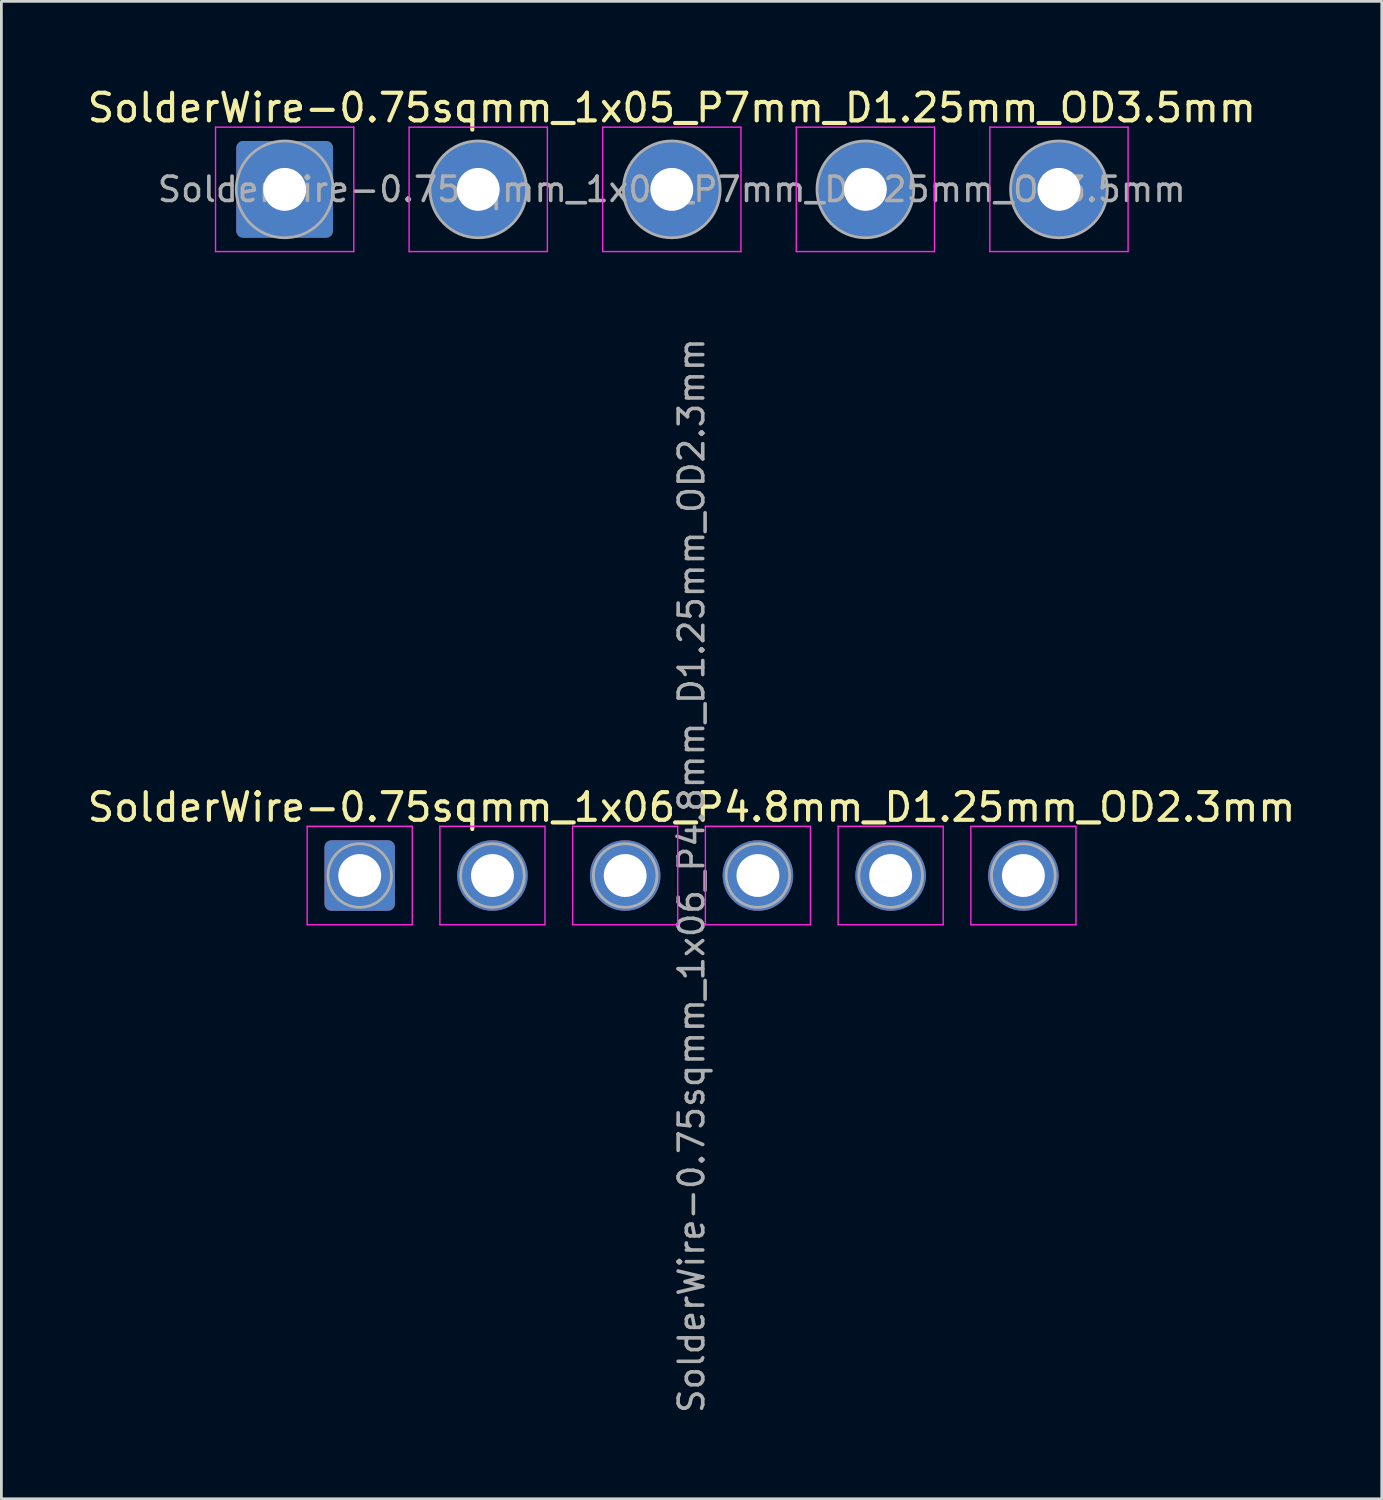
<source format=kicad_pcb>
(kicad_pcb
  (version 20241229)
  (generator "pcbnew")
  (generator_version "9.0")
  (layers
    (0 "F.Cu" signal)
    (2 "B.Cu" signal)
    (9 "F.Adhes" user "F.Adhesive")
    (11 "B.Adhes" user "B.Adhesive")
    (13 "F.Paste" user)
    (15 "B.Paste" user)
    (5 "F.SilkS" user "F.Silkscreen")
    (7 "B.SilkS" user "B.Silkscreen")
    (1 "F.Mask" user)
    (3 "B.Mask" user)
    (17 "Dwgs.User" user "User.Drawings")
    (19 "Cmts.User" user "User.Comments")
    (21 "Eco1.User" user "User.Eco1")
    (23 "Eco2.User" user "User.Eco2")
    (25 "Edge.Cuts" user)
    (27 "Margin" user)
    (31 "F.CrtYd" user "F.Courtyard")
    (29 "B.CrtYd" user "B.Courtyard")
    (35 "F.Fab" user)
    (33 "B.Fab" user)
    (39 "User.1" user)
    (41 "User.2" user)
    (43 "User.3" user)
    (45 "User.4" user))
  (footprint "SolderWire-0.75sqmm_1x06_P4.8mm_D1.25mm_OD2.3mm"
    (layer "F.Cu")
    (at 9.958 28.611)
    (property "Reference" "SolderWire-0.75sqmm_1x06_P4.8mm_D1.25mm_OD2.3mm" (at 12 -2.47 0) (layer "F.SilkS") (effects (font (size 1 1) (thickness 0.15))))
    (attr exclude_from_pos_files exclude_from_bom)
    (fp_line (start -1.9 -1.78) (end -1.9 1.78) (stroke (width 0.05) (type solid)) (layer "F.CrtYd"))
    (fp_line (start -1.9 1.78) (end 1.9 1.78) (stroke (width 0.05) (type solid)) (layer "F.CrtYd"))
    (fp_line (start 1.9 -1.78) (end -1.9 -1.78) (stroke (width 0.05) (type solid)) (layer "F.CrtYd"))
    (fp_line (start 1.9 1.78) (end 1.9 -1.78) (stroke (width 0.05) (type solid)) (layer "F.CrtYd"))
    (fp_line (start 2.9 -1.78) (end 2.9 1.78) (stroke (width 0.05) (type solid)) (layer "F.CrtYd"))
    (fp_line (start 2.9 1.78) (end 6.7 1.78) (stroke (width 0.05) (type solid)) (layer "F.CrtYd"))
    (fp_line (start 6.7 -1.78) (end 2.9 -1.78) (stroke (width 0.05) (type solid)) (layer "F.CrtYd"))
    (fp_line (start 6.7 1.78) (end 6.7 -1.78) (stroke (width 0.05) (type solid)) (layer "F.CrtYd"))
    (fp_line (start 7.7 -1.78) (end 7.7 1.78) (stroke (width 0.05) (type solid)) (layer "F.CrtYd"))
    (fp_line (start 7.7 1.78) (end 11.5 1.78) (stroke (width 0.05) (type solid)) (layer "F.CrtYd"))
    (fp_line (start 11.5 -1.78) (end 7.7 -1.78) (stroke (width 0.05) (type solid)) (layer "F.CrtYd"))
    (fp_line (start 11.5 1.78) (end 11.5 -1.78) (stroke (width 0.05) (type solid)) (layer "F.CrtYd"))
    (fp_line (start 12.5 -1.78) (end 12.5 1.78) (stroke (width 0.05) (type solid)) (layer "F.CrtYd"))
    (fp_line (start 12.5 1.78) (end 16.3 1.78) (stroke (width 0.05) (type solid)) (layer "F.CrtYd"))
    (fp_line (start 16.3 -1.78) (end 12.5 -1.78) (stroke (width 0.05) (type solid)) (layer "F.CrtYd"))
    (fp_line (start 16.3 1.78) (end 16.3 -1.78) (stroke (width 0.05) (type solid)) (layer "F.CrtYd"))
    (fp_line (start 17.3 -1.78) (end 17.3 1.78) (stroke (width 0.05) (type solid)) (layer "F.CrtYd"))
    (fp_line (start 17.3 1.78) (end 21.1 1.78) (stroke (width 0.05) (type solid)) (layer "F.CrtYd"))
    (fp_line (start 21.1 -1.78) (end 17.3 -1.78) (stroke (width 0.05) (type solid)) (layer "F.CrtYd"))
    (fp_line (start 21.1 1.78) (end 21.1 -1.78) (stroke (width 0.05) (type solid)) (layer "F.CrtYd"))
    (fp_line (start 22.1 -1.78) (end 22.1 1.78) (stroke (width 0.05) (type solid)) (layer "F.CrtYd"))
    (fp_line (start 22.1 1.78) (end 25.9 1.78) (stroke (width 0.05) (type solid)) (layer "F.CrtYd"))
    (fp_line (start 25.9 -1.78) (end 22.1 -1.78) (stroke (width 0.05) (type solid)) (layer "F.CrtYd"))
    (fp_line (start 25.9 1.78) (end 25.9 -1.78) (stroke (width 0.05) (type solid)) (layer "F.CrtYd"))
    (fp_circle (center 0 0) (end 1.15 0) (stroke (width 0.1) (type solid)) (fill no) (layer "F.Fab"))
    (fp_circle (center 4.8 0) (end 5.95 0) (stroke (width 0.1) (type solid)) (fill no) (layer "F.Fab"))
    (fp_circle (center 9.6 0) (end 10.75 0) (stroke (width 0.1) (type solid)) (fill no) (layer "F.Fab"))
    (fp_circle (center 14.4 0) (end 15.55 0) (stroke (width 0.1) (type solid)) (fill no) (layer "F.Fab"))
    (fp_circle (center 19.2 0) (end 20.35 0) (stroke (width 0.1) (type solid)) (fill no) (layer "F.Fab"))
    (fp_circle (center 24 0) (end 25.15 0) (stroke (width 0.1) (type solid)) (fill no) (layer "F.Fab"))
    (fp_text user "${REFERENCE}" (at 12 0 90) (layer "F.Fab") (effects (font (size 0.89 0.89) (thickness 0.13))))
    (pad "1" thru_hole roundrect (at 0 0) (size 2.55 2.55) (drill 1.55) (layers "*.Cu" "*.Mask") (roundrect_rratio 0.098))
    (pad "2" thru_hole circle (at 4.8 0) (size 2.55 2.55) (drill 1.55) (layers "*.Cu" "*.Mask"))
    (pad "3" thru_hole circle (at 9.6 0) (size 2.55 2.55) (drill 1.55) (layers "*.Cu" "*.Mask"))
    (pad "4" thru_hole circle (at 14.4 0) (size 2.55 2.55) (drill 1.55) (layers "*.Cu" "*.Mask"))
    (pad "5" thru_hole circle (at 19.2 0) (size 2.55 2.55) (drill 1.55) (layers "*.Cu" "*.Mask"))
    (pad "6" thru_hole circle (at 24 0) (size 2.55 2.55) (drill 1.55) (layers "*.Cu" "*.Mask")))
  (footprint "SolderWire-0.75sqmm_1x05_P7mm_D1.25mm_OD3.5mm"
    (layer "F.Cu")
    (at 7.244 3.798)
    (property "Reference" "SolderWire-0.75sqmm_1x05_P7mm_D1.25mm_OD3.5mm" (at 14 -2.95 0) (layer "F.SilkS") (effects (font (size 1 1) (thickness 0.15))))
    (attr exclude_from_pos_files exclude_from_bom)
    (fp_line (start -2.5 -2.25) (end -2.5 2.25) (stroke (width 0.05) (type solid)) (layer "F.CrtYd"))
    (fp_line (start -2.5 2.25) (end 2.5 2.25) (stroke (width 0.05) (type solid)) (layer "F.CrtYd"))
    (fp_line (start 2.5 -2.25) (end -2.5 -2.25) (stroke (width 0.05) (type solid)) (layer "F.CrtYd"))
    (fp_line (start 2.5 2.25) (end 2.5 -2.25) (stroke (width 0.05) (type solid)) (layer "F.CrtYd"))
    (fp_line (start 4.5 -2.25) (end 4.5 2.25) (stroke (width 0.05) (type solid)) (layer "F.CrtYd"))
    (fp_line (start 4.5 2.25) (end 9.5 2.25) (stroke (width 0.05) (type solid)) (layer "F.CrtYd"))
    (fp_line (start 9.5 -2.25) (end 4.5 -2.25) (stroke (width 0.05) (type solid)) (layer "F.CrtYd"))
    (fp_line (start 9.5 2.25) (end 9.5 -2.25) (stroke (width 0.05) (type solid)) (layer "F.CrtYd"))
    (fp_line (start 11.5 -2.25) (end 11.5 2.25) (stroke (width 0.05) (type solid)) (layer "F.CrtYd"))
    (fp_line (start 11.5 2.25) (end 16.5 2.25) (stroke (width 0.05) (type solid)) (layer "F.CrtYd"))
    (fp_line (start 16.5 -2.25) (end 11.5 -2.25) (stroke (width 0.05) (type solid)) (layer "F.CrtYd"))
    (fp_line (start 16.5 2.25) (end 16.5 -2.25) (stroke (width 0.05) (type solid)) (layer "F.CrtYd"))
    (fp_line (start 18.5 -2.25) (end 18.5 2.25) (stroke (width 0.05) (type solid)) (layer "F.CrtYd"))
    (fp_line (start 18.5 2.25) (end 23.5 2.25) (stroke (width 0.05) (type solid)) (layer "F.CrtYd"))
    (fp_line (start 23.5 -2.25) (end 18.5 -2.25) (stroke (width 0.05) (type solid)) (layer "F.CrtYd"))
    (fp_line (start 23.5 2.25) (end 23.5 -2.25) (stroke (width 0.05) (type solid)) (layer "F.CrtYd"))
    (fp_line (start 25.5 -2.25) (end 25.5 2.25) (stroke (width 0.05) (type solid)) (layer "F.CrtYd"))
    (fp_line (start 25.5 2.25) (end 30.5 2.25) (stroke (width 0.05) (type solid)) (layer "F.CrtYd"))
    (fp_line (start 30.5 -2.25) (end 25.5 -2.25) (stroke (width 0.05) (type solid)) (layer "F.CrtYd"))
    (fp_line (start 30.5 2.25) (end 30.5 -2.25) (stroke (width 0.05) (type solid)) (layer "F.CrtYd"))
    (fp_circle (center 0 0) (end 1.75 0) (stroke (width 0.1) (type solid)) (fill no) (layer "F.Fab"))
    (fp_circle (center 7 0) (end 8.75 0) (stroke (width 0.1) (type solid)) (fill no) (layer "F.Fab"))
    (fp_circle (center 14 0) (end 15.75 0) (stroke (width 0.1) (type solid)) (fill no) (layer "F.Fab"))
    (fp_circle (center 21 0) (end 22.75 0) (stroke (width 0.1) (type solid)) (fill no) (layer "F.Fab"))
    (fp_circle (center 28 0) (end 29.75 0) (stroke (width 0.1) (type solid)) (fill no) (layer "F.Fab"))
    (fp_text user "${REFERENCE}" (at 14 0 0) (layer "F.Fab") (effects (font (size 0.88 0.88) (thickness 0.13))))
    (pad "1" thru_hole roundrect (at 0 0) (size 3.5 3.5) (drill 1.55) (layers "*.Cu" "*.Mask") (roundrect_rratio 0.071))
    (pad "2" thru_hole circle (at 7 0) (size 3.5 3.5) (drill 1.55) (layers "*.Cu" "*.Mask"))
    (pad "3" thru_hole circle (at 14 0) (size 3.5 3.5) (drill 1.55) (layers "*.Cu" "*.Mask"))
    (pad "4" thru_hole circle (at 21 0) (size 3.5 3.5) (drill 1.55) (layers "*.Cu" "*.Mask"))
    (pad "5" thru_hole circle (at 28 0) (size 3.5 3.5) (drill 1.55) (layers "*.Cu" "*.Mask")))
  (gr_rect
    (start -3 -3)
    (end 46.917 51.149)
    (stroke (width 0.1) (type default))
    (fill no)
    (layer "Edge.Cuts")))
</source>
